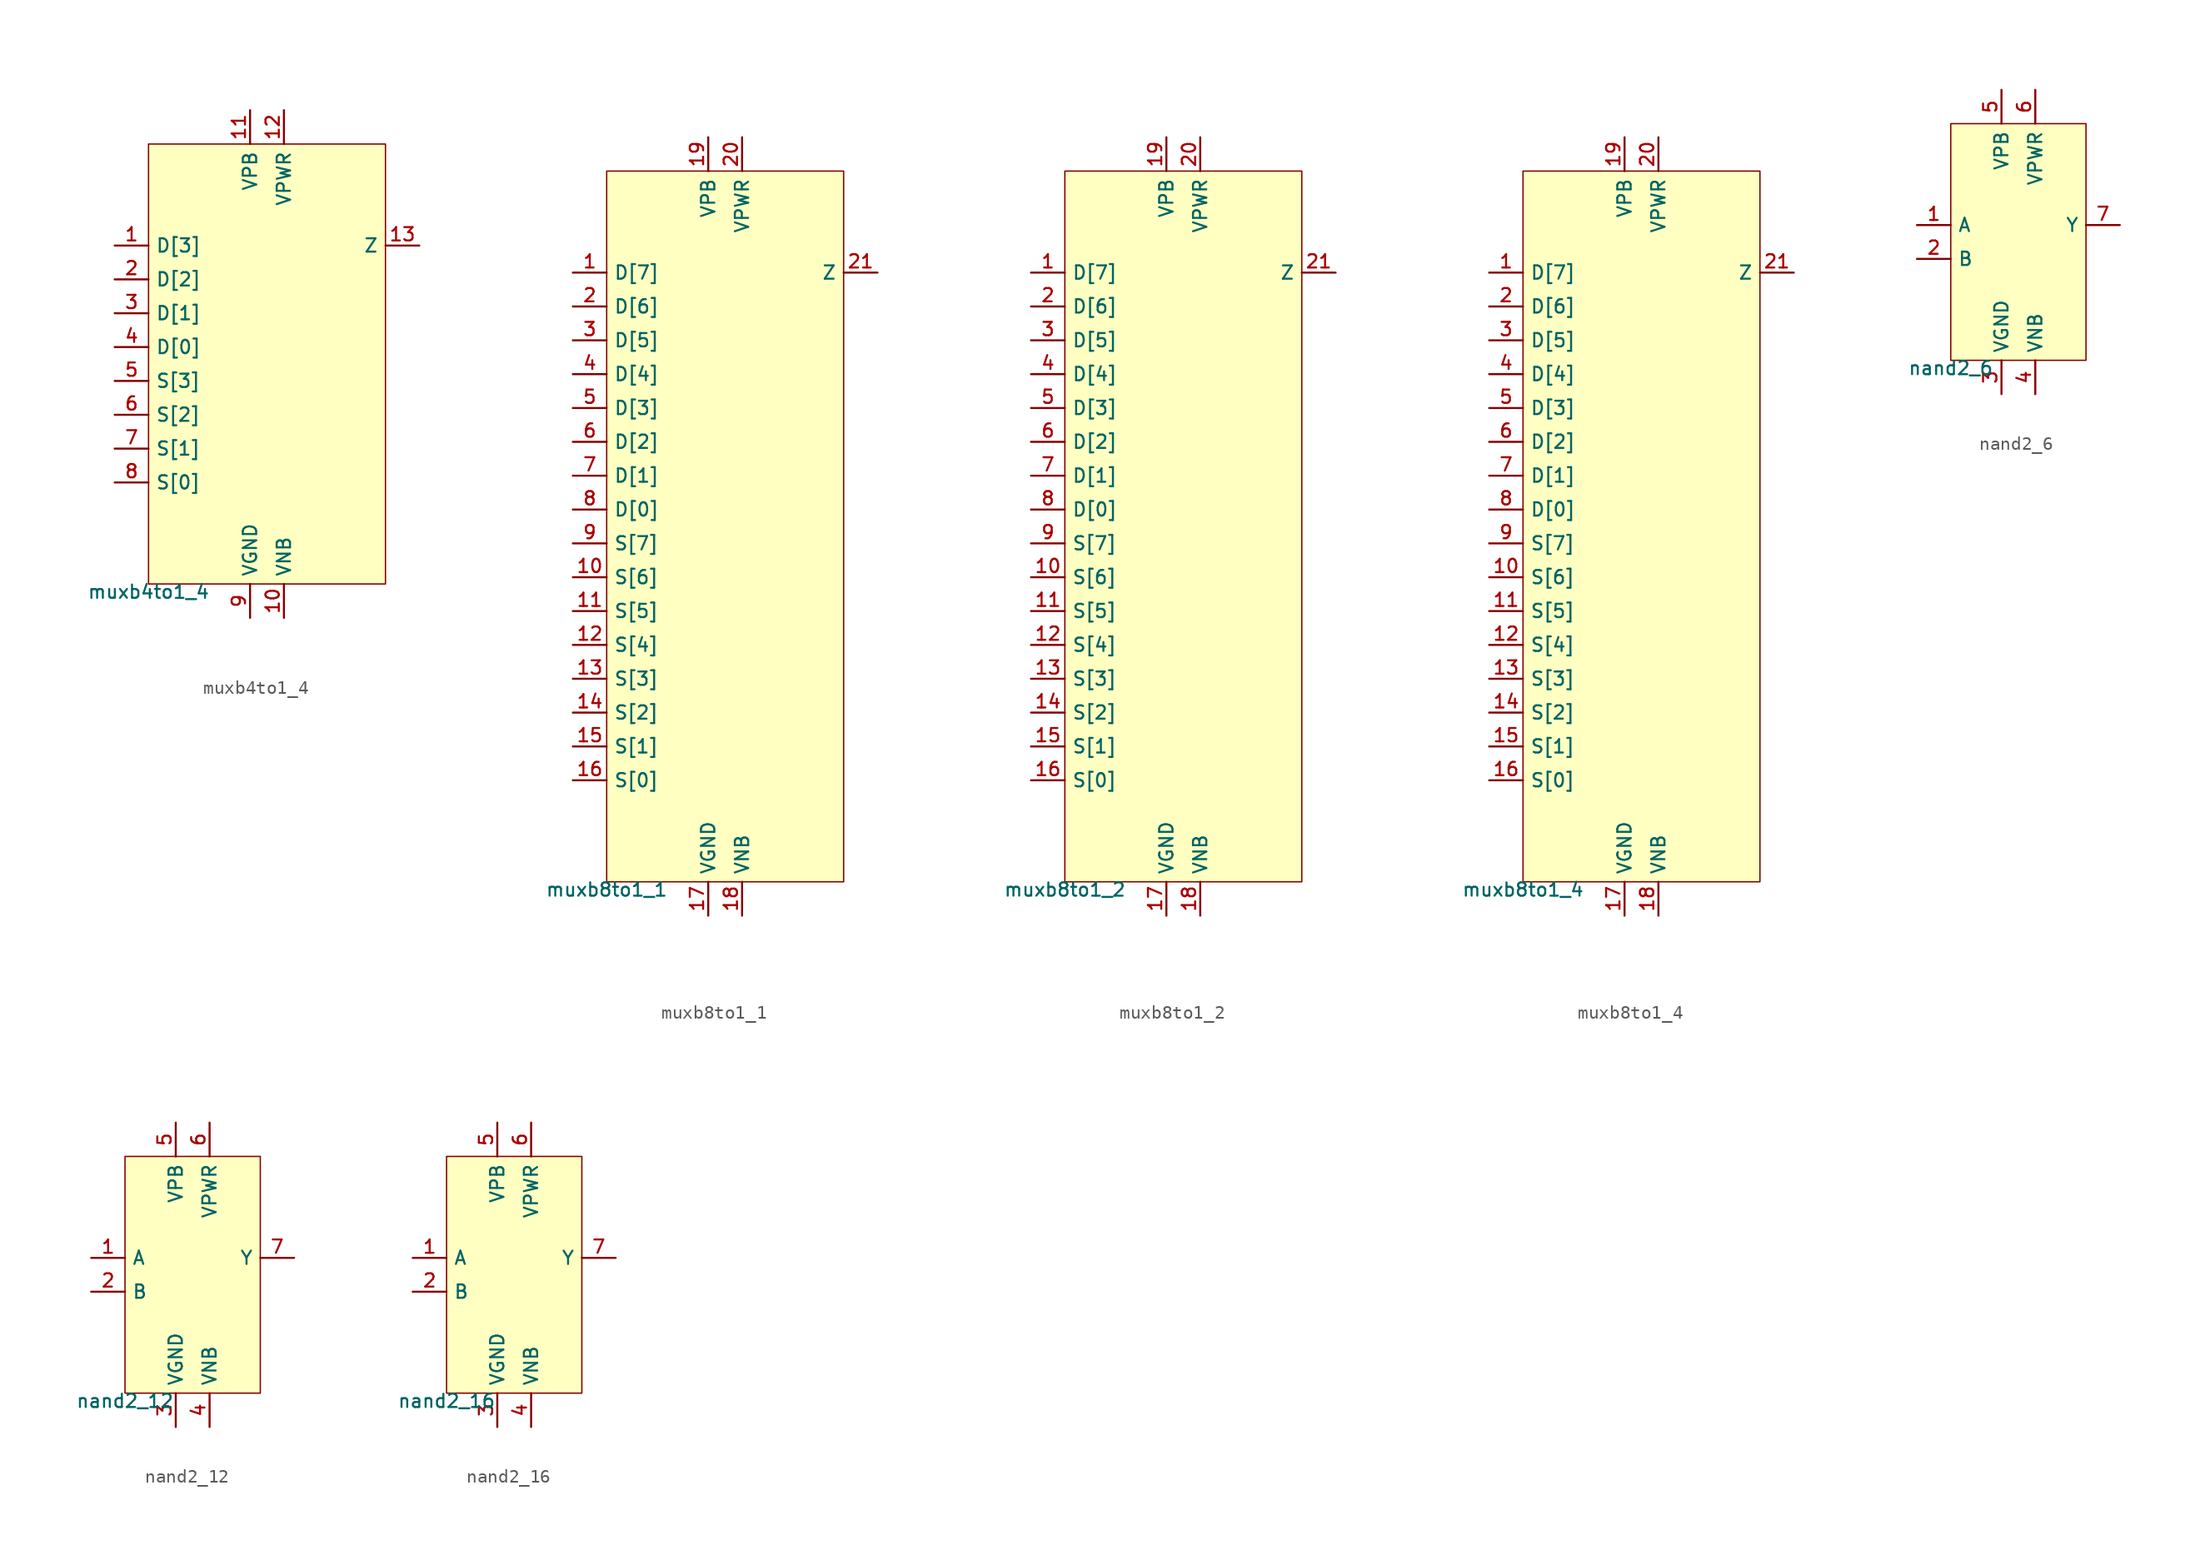
<source format=kicad_sym>
(kicad_symbol_lib
  (version 20211014)
  (generator pdk2kicad)
  (symbol "muxb4to1_4"
    (property "Reference" "X"
      (at 0 0 0)
      (effects (font (size 1 1)) hide))
    (property "Value" "muxb4to1_4"
      (at -8.89 -16.51 0)
      (effects (font (size 1 1)) (justify top)))
    (rectangle
      (start -8.89 -16.51)
      (end 8.89 16.51)
      (stroke (width 0.1) (type solid) (color 0 0 0 0))
      (fill (type background)))
    (pin input line
      (at -11.43 8.89 0)
      (length 2.54)
      (name "D[3]" (effects (font (size 1 1)) hide))
      (number "1" (effects (font (size 1 1)) hide)))
    (pin input line
      (at -11.43 6.35 0)
      (length 2.54)
      (name "D[2]" (effects (font (size 1 1)) hide))
      (number "2" (effects (font (size 1 1)) hide)))
    (pin input line
      (at -11.43 3.81 0)
      (length 2.54)
      (name "D[1]" (effects (font (size 1 1)) hide))
      (number "3" (effects (font (size 1 1)) hide)))
    (pin input line
      (at -11.43 1.27 0)
      (length 2.54)
      (name "D[0]" (effects (font (size 1 1)) hide))
      (number "4" (effects (font (size 1 1)) hide)))
    (pin input line
      (at -11.43 -1.27 0)
      (length 2.54)
      (name "S[3]" (effects (font (size 1 1)) hide))
      (number "5" (effects (font (size 1 1)) hide)))
    (pin input line
      (at -11.43 -3.81 0)
      (length 2.54)
      (name "S[2]" (effects (font (size 1 1)) hide))
      (number "6" (effects (font (size 1 1)) hide)))
    (pin input line
      (at -11.43 -6.35 0)
      (length 2.54)
      (name "S[1]" (effects (font (size 1 1)) hide))
      (number "7" (effects (font (size 1 1)) hide)))
    (pin input line
      (at -11.43 -8.89 0)
      (length 2.54)
      (name "S[0]" (effects (font (size 1 1)) hide))
      (number "8" (effects (font (size 1 1)) hide)))
    (pin power_in line
      (at -1.27 -19.05 90)
      (length 2.54)
      (name "VGND" (effects (font (size 1 1)) hide))
      (number "9" (effects (font (size 1 1)) hide)))
    (pin power_in line
      (at 1.27 -19.05 90)
      (length 2.54)
      (name "VNB" (effects (font (size 1 1)) hide))
      (number "10" (effects (font (size 1 1)) hide)))
    (pin power_in line
      (at -1.27 19.05 270)
      (length 2.54)
      (name "VPB" (effects (font (size 1 1)) hide))
      (number "11" (effects (font (size 1 1)) hide)))
    (pin power_in line
      (at 1.27 19.05 270)
      (length 2.54)
      (name "VPWR" (effects (font (size 1 1)) hide))
      (number "12" (effects (font (size 1 1)) hide)))
    (pin output line
      (at 11.43 8.89 180)
      (length 2.54)
      (name "Z" (effects (font (size 1 1)) hide))
      (number "13" (effects (font (size 1 1)) hide))))
  (symbol "muxb8to1_1"
    (property "Reference" "X"
      (at 0 0 0)
      (effects (font (size 1 1)) hide))
    (property "Value" "muxb8to1_1"
      (at -8.89 -26.67 0)
      (effects (font (size 1 1)) (justify top)))
    (rectangle
      (start -8.89 -26.67)
      (end 8.89 26.67)
      (stroke (width 0.1) (type solid) (color 0 0 0 0))
      (fill (type background)))
    (pin input line
      (at -11.43 19.05 0)
      (length 2.54)
      (name "D[7]" (effects (font (size 1 1)) hide))
      (number "1" (effects (font (size 1 1)) hide)))
    (pin input line
      (at -11.43 16.51 0)
      (length 2.54)
      (name "D[6]" (effects (font (size 1 1)) hide))
      (number "2" (effects (font (size 1 1)) hide)))
    (pin input line
      (at -11.43 13.97 0)
      (length 2.54)
      (name "D[5]" (effects (font (size 1 1)) hide))
      (number "3" (effects (font (size 1 1)) hide)))
    (pin input line
      (at -11.43 11.43 0)
      (length 2.54)
      (name "D[4]" (effects (font (size 1 1)) hide))
      (number "4" (effects (font (size 1 1)) hide)))
    (pin input line
      (at -11.43 8.89 0)
      (length 2.54)
      (name "D[3]" (effects (font (size 1 1)) hide))
      (number "5" (effects (font (size 1 1)) hide)))
    (pin input line
      (at -11.43 6.35 0)
      (length 2.54)
      (name "D[2]" (effects (font (size 1 1)) hide))
      (number "6" (effects (font (size 1 1)) hide)))
    (pin input line
      (at -11.43 3.81 0)
      (length 2.54)
      (name "D[1]" (effects (font (size 1 1)) hide))
      (number "7" (effects (font (size 1 1)) hide)))
    (pin input line
      (at -11.43 1.27 0)
      (length 2.54)
      (name "D[0]" (effects (font (size 1 1)) hide))
      (number "8" (effects (font (size 1 1)) hide)))
    (pin input line
      (at -11.43 -1.27 0)
      (length 2.54)
      (name "S[7]" (effects (font (size 1 1)) hide))
      (number "9" (effects (font (size 1 1)) hide)))
    (pin input line
      (at -11.43 -3.81 0)
      (length 2.54)
      (name "S[6]" (effects (font (size 1 1)) hide))
      (number "10" (effects (font (size 1 1)) hide)))
    (pin input line
      (at -11.43 -6.35 0)
      (length 2.54)
      (name "S[5]" (effects (font (size 1 1)) hide))
      (number "11" (effects (font (size 1 1)) hide)))
    (pin input line
      (at -11.43 -8.89 0)
      (length 2.54)
      (name "S[4]" (effects (font (size 1 1)) hide))
      (number "12" (effects (font (size 1 1)) hide)))
    (pin input line
      (at -11.43 -11.43 0)
      (length 2.54)
      (name "S[3]" (effects (font (size 1 1)) hide))
      (number "13" (effects (font (size 1 1)) hide)))
    (pin input line
      (at -11.43 -13.97 0)
      (length 2.54)
      (name "S[2]" (effects (font (size 1 1)) hide))
      (number "14" (effects (font (size 1 1)) hide)))
    (pin input line
      (at -11.43 -16.51 0)
      (length 2.54)
      (name "S[1]" (effects (font (size 1 1)) hide))
      (number "15" (effects (font (size 1 1)) hide)))
    (pin input line
      (at -11.43 -19.05 0)
      (length 2.54)
      (name "S[0]" (effects (font (size 1 1)) hide))
      (number "16" (effects (font (size 1 1)) hide)))
    (pin power_in line
      (at -1.27 -29.21 90)
      (length 2.54)
      (name "VGND" (effects (font (size 1 1)) hide))
      (number "17" (effects (font (size 1 1)) hide)))
    (pin power_in line
      (at 1.27 -29.21 90)
      (length 2.54)
      (name "VNB" (effects (font (size 1 1)) hide))
      (number "18" (effects (font (size 1 1)) hide)))
    (pin power_in line
      (at -1.27 29.21 270)
      (length 2.54)
      (name "VPB" (effects (font (size 1 1)) hide))
      (number "19" (effects (font (size 1 1)) hide)))
    (pin power_in line
      (at 1.27 29.21 270)
      (length 2.54)
      (name "VPWR" (effects (font (size 1 1)) hide))
      (number "20" (effects (font (size 1 1)) hide)))
    (pin output line
      (at 11.43 19.05 180)
      (length 2.54)
      (name "Z" (effects (font (size 1 1)) hide))
      (number "21" (effects (font (size 1 1)) hide))))
  (symbol "muxb8to1_2"
    (property "Reference" "X"
      (at 0 0 0)
      (effects (font (size 1 1)) hide))
    (property "Value" "muxb8to1_2"
      (at -8.89 -26.67 0)
      (effects (font (size 1 1)) (justify top)))
    (rectangle
      (start -8.89 -26.67)
      (end 8.89 26.67)
      (stroke (width 0.1) (type solid) (color 0 0 0 0))
      (fill (type background)))
    (pin input line
      (at -11.43 19.05 0)
      (length 2.54)
      (name "D[7]" (effects (font (size 1 1)) hide))
      (number "1" (effects (font (size 1 1)) hide)))
    (pin input line
      (at -11.43 16.51 0)
      (length 2.54)
      (name "D[6]" (effects (font (size 1 1)) hide))
      (number "2" (effects (font (size 1 1)) hide)))
    (pin input line
      (at -11.43 13.97 0)
      (length 2.54)
      (name "D[5]" (effects (font (size 1 1)) hide))
      (number "3" (effects (font (size 1 1)) hide)))
    (pin input line
      (at -11.43 11.43 0)
      (length 2.54)
      (name "D[4]" (effects (font (size 1 1)) hide))
      (number "4" (effects (font (size 1 1)) hide)))
    (pin input line
      (at -11.43 8.89 0)
      (length 2.54)
      (name "D[3]" (effects (font (size 1 1)) hide))
      (number "5" (effects (font (size 1 1)) hide)))
    (pin input line
      (at -11.43 6.35 0)
      (length 2.54)
      (name "D[2]" (effects (font (size 1 1)) hide))
      (number "6" (effects (font (size 1 1)) hide)))
    (pin input line
      (at -11.43 3.81 0)
      (length 2.54)
      (name "D[1]" (effects (font (size 1 1)) hide))
      (number "7" (effects (font (size 1 1)) hide)))
    (pin input line
      (at -11.43 1.27 0)
      (length 2.54)
      (name "D[0]" (effects (font (size 1 1)) hide))
      (number "8" (effects (font (size 1 1)) hide)))
    (pin input line
      (at -11.43 -1.27 0)
      (length 2.54)
      (name "S[7]" (effects (font (size 1 1)) hide))
      (number "9" (effects (font (size 1 1)) hide)))
    (pin input line
      (at -11.43 -3.81 0)
      (length 2.54)
      (name "S[6]" (effects (font (size 1 1)) hide))
      (number "10" (effects (font (size 1 1)) hide)))
    (pin input line
      (at -11.43 -6.35 0)
      (length 2.54)
      (name "S[5]" (effects (font (size 1 1)) hide))
      (number "11" (effects (font (size 1 1)) hide)))
    (pin input line
      (at -11.43 -8.89 0)
      (length 2.54)
      (name "S[4]" (effects (font (size 1 1)) hide))
      (number "12" (effects (font (size 1 1)) hide)))
    (pin input line
      (at -11.43 -11.43 0)
      (length 2.54)
      (name "S[3]" (effects (font (size 1 1)) hide))
      (number "13" (effects (font (size 1 1)) hide)))
    (pin input line
      (at -11.43 -13.97 0)
      (length 2.54)
      (name "S[2]" (effects (font (size 1 1)) hide))
      (number "14" (effects (font (size 1 1)) hide)))
    (pin input line
      (at -11.43 -16.51 0)
      (length 2.54)
      (name "S[1]" (effects (font (size 1 1)) hide))
      (number "15" (effects (font (size 1 1)) hide)))
    (pin input line
      (at -11.43 -19.05 0)
      (length 2.54)
      (name "S[0]" (effects (font (size 1 1)) hide))
      (number "16" (effects (font (size 1 1)) hide)))
    (pin power_in line
      (at -1.27 -29.21 90)
      (length 2.54)
      (name "VGND" (effects (font (size 1 1)) hide))
      (number "17" (effects (font (size 1 1)) hide)))
    (pin power_in line
      (at 1.27 -29.21 90)
      (length 2.54)
      (name "VNB" (effects (font (size 1 1)) hide))
      (number "18" (effects (font (size 1 1)) hide)))
    (pin power_in line
      (at -1.27 29.21 270)
      (length 2.54)
      (name "VPB" (effects (font (size 1 1)) hide))
      (number "19" (effects (font (size 1 1)) hide)))
    (pin power_in line
      (at 1.27 29.21 270)
      (length 2.54)
      (name "VPWR" (effects (font (size 1 1)) hide))
      (number "20" (effects (font (size 1 1)) hide)))
    (pin output line
      (at 11.43 19.05 180)
      (length 2.54)
      (name "Z" (effects (font (size 1 1)) hide))
      (number "21" (effects (font (size 1 1)) hide))))
  (symbol "muxb8to1_4"
    (property "Reference" "X"
      (at 0 0 0)
      (effects (font (size 1 1)) hide))
    (property "Value" "muxb8to1_4"
      (at -8.89 -26.67 0)
      (effects (font (size 1 1)) (justify top)))
    (rectangle
      (start -8.89 -26.67)
      (end 8.89 26.67)
      (stroke (width 0.1) (type solid) (color 0 0 0 0))
      (fill (type background)))
    (pin input line
      (at -11.43 19.05 0)
      (length 2.54)
      (name "D[7]" (effects (font (size 1 1)) hide))
      (number "1" (effects (font (size 1 1)) hide)))
    (pin input line
      (at -11.43 16.51 0)
      (length 2.54)
      (name "D[6]" (effects (font (size 1 1)) hide))
      (number "2" (effects (font (size 1 1)) hide)))
    (pin input line
      (at -11.43 13.97 0)
      (length 2.54)
      (name "D[5]" (effects (font (size 1 1)) hide))
      (number "3" (effects (font (size 1 1)) hide)))
    (pin input line
      (at -11.43 11.43 0)
      (length 2.54)
      (name "D[4]" (effects (font (size 1 1)) hide))
      (number "4" (effects (font (size 1 1)) hide)))
    (pin input line
      (at -11.43 8.89 0)
      (length 2.54)
      (name "D[3]" (effects (font (size 1 1)) hide))
      (number "5" (effects (font (size 1 1)) hide)))
    (pin input line
      (at -11.43 6.35 0)
      (length 2.54)
      (name "D[2]" (effects (font (size 1 1)) hide))
      (number "6" (effects (font (size 1 1)) hide)))
    (pin input line
      (at -11.43 3.81 0)
      (length 2.54)
      (name "D[1]" (effects (font (size 1 1)) hide))
      (number "7" (effects (font (size 1 1)) hide)))
    (pin input line
      (at -11.43 1.27 0)
      (length 2.54)
      (name "D[0]" (effects (font (size 1 1)) hide))
      (number "8" (effects (font (size 1 1)) hide)))
    (pin input line
      (at -11.43 -1.27 0)
      (length 2.54)
      (name "S[7]" (effects (font (size 1 1)) hide))
      (number "9" (effects (font (size 1 1)) hide)))
    (pin input line
      (at -11.43 -3.81 0)
      (length 2.54)
      (name "S[6]" (effects (font (size 1 1)) hide))
      (number "10" (effects (font (size 1 1)) hide)))
    (pin input line
      (at -11.43 -6.35 0)
      (length 2.54)
      (name "S[5]" (effects (font (size 1 1)) hide))
      (number "11" (effects (font (size 1 1)) hide)))
    (pin input line
      (at -11.43 -8.89 0)
      (length 2.54)
      (name "S[4]" (effects (font (size 1 1)) hide))
      (number "12" (effects (font (size 1 1)) hide)))
    (pin input line
      (at -11.43 -11.43 0)
      (length 2.54)
      (name "S[3]" (effects (font (size 1 1)) hide))
      (number "13" (effects (font (size 1 1)) hide)))
    (pin input line
      (at -11.43 -13.97 0)
      (length 2.54)
      (name "S[2]" (effects (font (size 1 1)) hide))
      (number "14" (effects (font (size 1 1)) hide)))
    (pin input line
      (at -11.43 -16.51 0)
      (length 2.54)
      (name "S[1]" (effects (font (size 1 1)) hide))
      (number "15" (effects (font (size 1 1)) hide)))
    (pin input line
      (at -11.43 -19.05 0)
      (length 2.54)
      (name "S[0]" (effects (font (size 1 1)) hide))
      (number "16" (effects (font (size 1 1)) hide)))
    (pin power_in line
      (at -1.27 -29.21 90)
      (length 2.54)
      (name "VGND" (effects (font (size 1 1)) hide))
      (number "17" (effects (font (size 1 1)) hide)))
    (pin power_in line
      (at 1.27 -29.21 90)
      (length 2.54)
      (name "VNB" (effects (font (size 1 1)) hide))
      (number "18" (effects (font (size 1 1)) hide)))
    (pin power_in line
      (at -1.27 29.21 270)
      (length 2.54)
      (name "VPB" (effects (font (size 1 1)) hide))
      (number "19" (effects (font (size 1 1)) hide)))
    (pin power_in line
      (at 1.27 29.21 270)
      (length 2.54)
      (name "VPWR" (effects (font (size 1 1)) hide))
      (number "20" (effects (font (size 1 1)) hide)))
    (pin output line
      (at 11.43 19.05 180)
      (length 2.54)
      (name "Z" (effects (font (size 1 1)) hide))
      (number "21" (effects (font (size 1 1)) hide))))
  (symbol "nand2_6"
    (property "Reference" "X"
      (at 0 0 0)
      (effects (font (size 1 1)) hide))
    (property "Value" "nand2_6"
      (at -5.08 -8.89 0)
      (effects (font (size 1 1)) (justify top)))
    (rectangle
      (start -5.08 -8.89)
      (end 5.08 8.89)
      (stroke (width 0.1) (type solid) (color 0 0 0 0))
      (fill (type background)))
    (pin input line
      (at -7.62 1.27 0)
      (length 2.54)
      (name "A" (effects (font (size 1 1)) hide))
      (number "1" (effects (font (size 1 1)) hide)))
    (pin input line
      (at -7.62 -1.27 0)
      (length 2.54)
      (name "B" (effects (font (size 1 1)) hide))
      (number "2" (effects (font (size 1 1)) hide)))
    (pin power_in line
      (at -1.27 -11.43 90)
      (length 2.54)
      (name "VGND" (effects (font (size 1 1)) hide))
      (number "3" (effects (font (size 1 1)) hide)))
    (pin power_in line
      (at 1.27 -11.43 90)
      (length 2.54)
      (name "VNB" (effects (font (size 1 1)) hide))
      (number "4" (effects (font (size 1 1)) hide)))
    (pin power_in line
      (at -1.27 11.43 270)
      (length 2.54)
      (name "VPB" (effects (font (size 1 1)) hide))
      (number "5" (effects (font (size 1 1)) hide)))
    (pin power_in line
      (at 1.27 11.43 270)
      (length 2.54)
      (name "VPWR" (effects (font (size 1 1)) hide))
      (number "6" (effects (font (size 1 1)) hide)))
    (pin output line
      (at 7.62 1.27 180)
      (length 2.54)
      (name "Y" (effects (font (size 1 1)) hide))
      (number "7" (effects (font (size 1 1)) hide))))
  (symbol "nand2_12"
    (property "Reference" "X"
      (at 0 0 0)
      (effects (font (size 1 1)) hide))
    (property "Value" "nand2_12"
      (at -5.08 -8.89 0)
      (effects (font (size 1 1)) (justify top)))
    (rectangle
      (start -5.08 -8.89)
      (end 5.08 8.89)
      (stroke (width 0.1) (type solid) (color 0 0 0 0))
      (fill (type background)))
    (pin input line
      (at -7.62 1.27 0)
      (length 2.54)
      (name "A" (effects (font (size 1 1)) hide))
      (number "1" (effects (font (size 1 1)) hide)))
    (pin input line
      (at -7.62 -1.27 0)
      (length 2.54)
      (name "B" (effects (font (size 1 1)) hide))
      (number "2" (effects (font (size 1 1)) hide)))
    (pin power_in line
      (at -1.27 -11.43 90)
      (length 2.54)
      (name "VGND" (effects (font (size 1 1)) hide))
      (number "3" (effects (font (size 1 1)) hide)))
    (pin power_in line
      (at 1.27 -11.43 90)
      (length 2.54)
      (name "VNB" (effects (font (size 1 1)) hide))
      (number "4" (effects (font (size 1 1)) hide)))
    (pin power_in line
      (at -1.27 11.43 270)
      (length 2.54)
      (name "VPB" (effects (font (size 1 1)) hide))
      (number "5" (effects (font (size 1 1)) hide)))
    (pin power_in line
      (at 1.27 11.43 270)
      (length 2.54)
      (name "VPWR" (effects (font (size 1 1)) hide))
      (number "6" (effects (font (size 1 1)) hide)))
    (pin output line
      (at 7.62 1.27 180)
      (length 2.54)
      (name "Y" (effects (font (size 1 1)) hide))
      (number "7" (effects (font (size 1 1)) hide))))
  (symbol "nand2_16"
    (property "Reference" "X"
      (at 0 0 0)
      (effects (font (size 1 1)) hide))
    (property "Value" "nand2_16"
      (at -5.08 -8.89 0)
      (effects (font (size 1 1)) (justify top)))
    (rectangle
      (start -5.08 -8.89)
      (end 5.08 8.89)
      (stroke (width 0.1) (type solid) (color 0 0 0 0))
      (fill (type background)))
    (pin input line
      (at -7.62 1.27 0)
      (length 2.54)
      (name "A" (effects (font (size 1 1)) hide))
      (number "1" (effects (font (size 1 1)) hide)))
    (pin input line
      (at -7.62 -1.27 0)
      (length 2.54)
      (name "B" (effects (font (size 1 1)) hide))
      (number "2" (effects (font (size 1 1)) hide)))
    (pin power_in line
      (at -1.27 -11.43 90)
      (length 2.54)
      (name "VGND" (effects (font (size 1 1)) hide))
      (number "3" (effects (font (size 1 1)) hide)))
    (pin power_in line
      (at 1.27 -11.43 90)
      (length 2.54)
      (name "VNB" (effects (font (size 1 1)) hide))
      (number "4" (effects (font (size 1 1)) hide)))
    (pin power_in line
      (at -1.27 11.43 270)
      (length 2.54)
      (name "VPB" (effects (font (size 1 1)) hide))
      (number "5" (effects (font (size 1 1)) hide)))
    (pin power_in line
      (at 1.27 11.43 270)
      (length 2.54)
      (name "VPWR" (effects (font (size 1 1)) hide))
      (number "6" (effects (font (size 1 1)) hide)))
    (pin output line
      (at 7.62 1.27 180)
      (length 2.54)
      (name "Y" (effects (font (size 1 1)) hide))
      (number "7" (effects (font (size 1 1)) hide)))))
</source>
